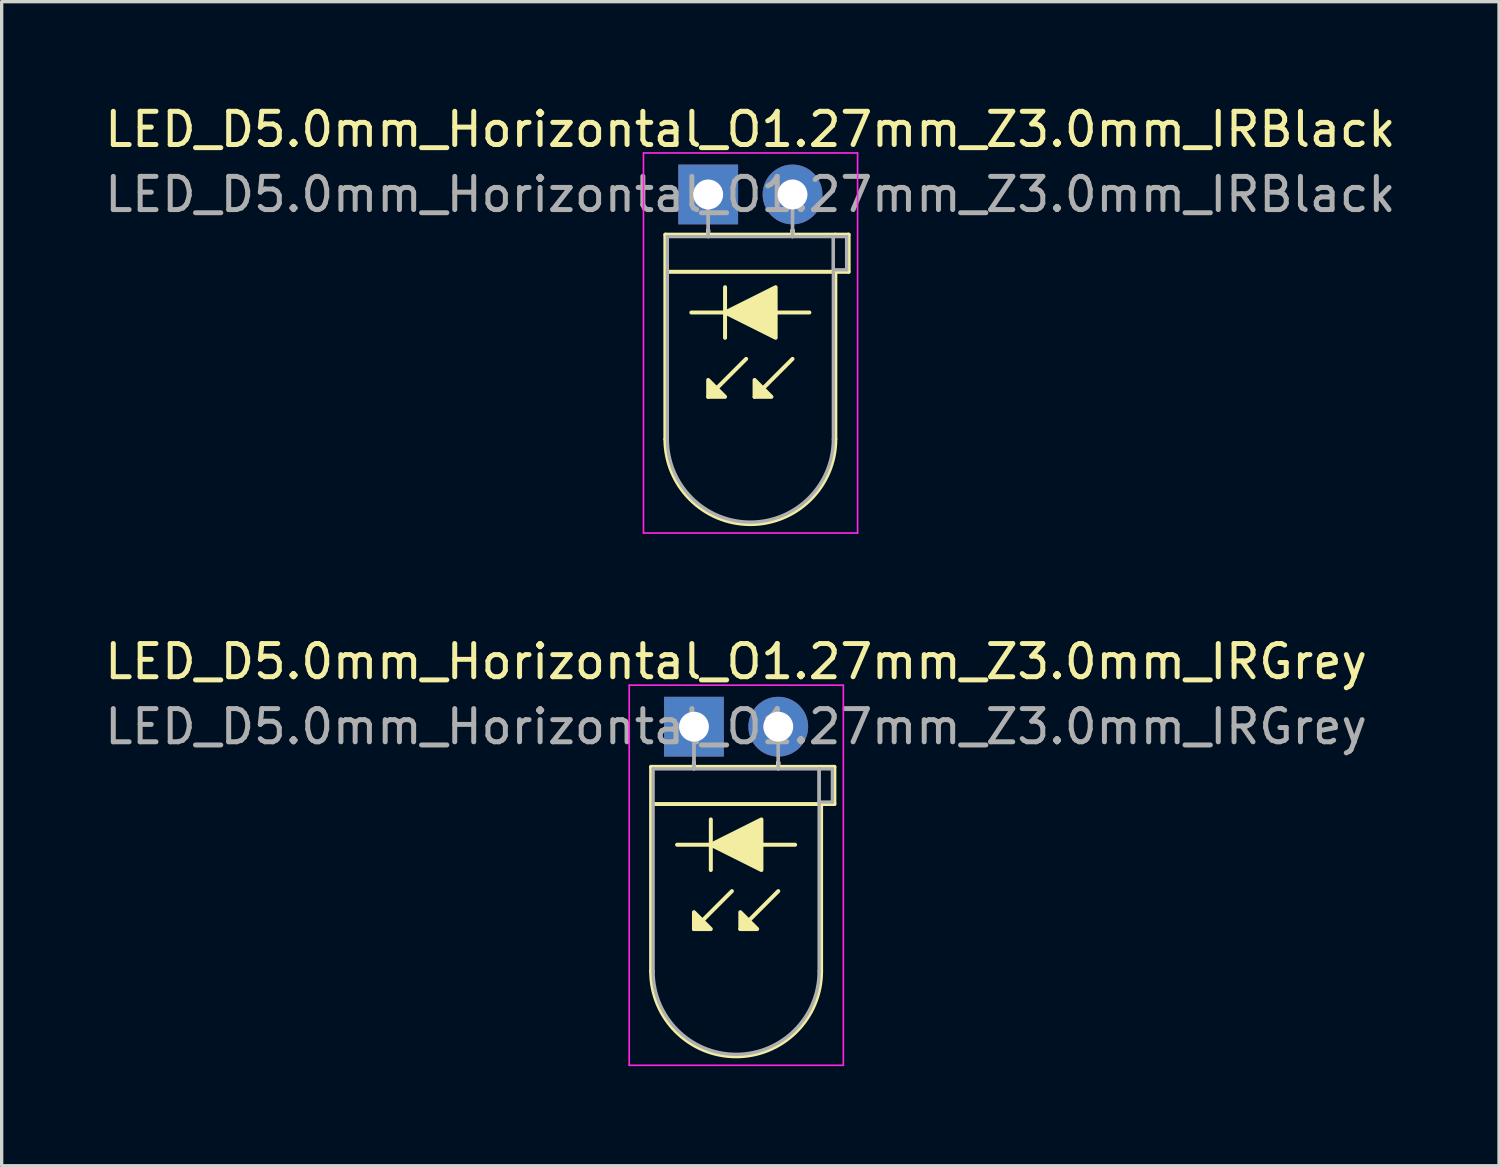
<source format=kicad_pcb>
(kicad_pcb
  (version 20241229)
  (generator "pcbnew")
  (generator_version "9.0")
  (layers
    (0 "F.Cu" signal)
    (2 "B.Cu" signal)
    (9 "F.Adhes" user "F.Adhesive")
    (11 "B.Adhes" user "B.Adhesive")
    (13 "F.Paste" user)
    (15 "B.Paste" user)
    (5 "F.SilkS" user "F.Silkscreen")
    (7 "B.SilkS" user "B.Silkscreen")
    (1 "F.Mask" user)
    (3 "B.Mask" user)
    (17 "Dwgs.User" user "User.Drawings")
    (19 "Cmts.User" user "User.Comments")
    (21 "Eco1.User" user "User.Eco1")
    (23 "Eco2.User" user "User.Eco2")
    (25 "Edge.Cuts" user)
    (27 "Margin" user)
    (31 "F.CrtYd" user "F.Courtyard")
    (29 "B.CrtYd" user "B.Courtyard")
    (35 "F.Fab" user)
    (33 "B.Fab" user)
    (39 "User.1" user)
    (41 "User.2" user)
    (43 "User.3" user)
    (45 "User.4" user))
  (footprint "LED_D5.0mm_Horizontal_O1.27mm_Z3.0mm_IRGrey"
    (layer "F.Cu")
    (at 17.855 18.841)
    (property "Reference" "LED_D5.0mm_Horizontal_O1.27mm_Z3.0mm_IRGrey" (at 1.27 -1.96 0) (layer "F.SilkS") (effects (font (size 1 1) (thickness 0.15))))
    (fp_line (start -1.29 1.21) (end -1.29 7.37) (stroke (width 0.12) (type solid)) (layer "F.SilkS"))
    (fp_line (start -1.29 1.21) (end 3.83 1.21) (stroke (width 0.12) (type solid)) (layer "F.SilkS"))
    (fp_line (start 0 1.08) (end 0 1.08) (stroke (width 0.12) (type solid)) (layer "F.SilkS"))
    (fp_line (start 0 1.08) (end 0 1.21) (stroke (width 0.12) (type solid)) (layer "F.SilkS"))
    (fp_line (start 0 1.21) (end 0 1.08) (stroke (width 0.12) (type solid)) (layer "F.SilkS"))
    (fp_line (start 0 1.21) (end 0 1.21) (stroke (width 0.12) (type solid)) (layer "F.SilkS"))
    (fp_line (start 0.508 2.794) (end 0.508 4.318) (stroke (width 0.12) (type solid)) (layer "F.SilkS"))
    (fp_line (start 0.508 3.556) (end -0.508 3.556) (stroke (width 0.12) (type solid)) (layer "F.SilkS"))
    (fp_line (start 1.143 4.953) (end 0 6.096) (stroke (width 0.12) (type solid)) (layer "F.SilkS"))
    (fp_line (start 2.54 1.08) (end 2.54 1.08) (stroke (width 0.12) (type solid)) (layer "F.SilkS"))
    (fp_line (start 2.54 1.08) (end 2.54 1.21) (stroke (width 0.12) (type solid)) (layer "F.SilkS"))
    (fp_line (start 2.54 1.21) (end 2.54 1.08) (stroke (width 0.12) (type solid)) (layer "F.SilkS"))
    (fp_line (start 2.54 1.21) (end 2.54 1.21) (stroke (width 0.12) (type solid)) (layer "F.SilkS"))
    (fp_line (start 2.54 4.953) (end 1.397 6.096) (stroke (width 0.12) (type solid)) (layer "F.SilkS"))
    (fp_line (start 3.048 3.556) (end 2.032 3.556) (stroke (width 0.12) (type solid)) (layer "F.SilkS"))
    (fp_line (start 3.83 1.21) (end 4.23 1.21) (stroke (width 0.12) (type solid)) (layer "F.SilkS"))
    (fp_line (start 3.83 2.33) (end 3.83 7.37) (stroke (width 0.12) (type solid)) (layer "F.SilkS"))
    (fp_line (start 4.23 1.21) (end 4.23 2.33) (stroke (width 0.12) (type solid)) (layer "F.SilkS"))
    (fp_line (start 4.23 2.33) (end -1.27 2.33) (stroke (width 0.12) (type solid)) (layer "F.SilkS"))
    (fp_arc (start 3.83 7.37) (mid 1.27 9.93) (end -1.29 7.37) (stroke (width 0.12) (type solid)) (layer "F.SilkS"))
    (fp_poly (pts (xy 0 5.588) (xy 0.508 6.096) (xy 0 6.096)) (stroke (width 0.12) (type solid)) (fill yes) (layer "F.SilkS"))
    (fp_poly (pts (xy 1.397 5.588) (xy 1.905 6.096) (xy 1.397 6.096)) (stroke (width 0.12) (type solid)) (fill yes) (layer "F.SilkS"))
    (fp_poly (pts (xy 2.032 4.318) (xy 0.508 3.556) (xy 2.032 2.794)) (stroke (width 0.12) (type solid)) (fill yes) (layer "F.SilkS"))
    (fp_line (start -1.95 -1.25) (end -1.95 10.2) (stroke (width 0.05) (type solid)) (layer "F.CrtYd"))
    (fp_line (start -1.95 10.2) (end 4.5 10.2) (stroke (width 0.05) (type solid)) (layer "F.CrtYd"))
    (fp_line (start 4.5 -1.25) (end -1.95 -1.25) (stroke (width 0.05) (type solid)) (layer "F.CrtYd"))
    (fp_line (start 4.5 10.2) (end 4.5 -1.25) (stroke (width 0.05) (type solid)) (layer "F.CrtYd"))
    (fp_line (start -1.23 1.27) (end -1.23 7.37) (stroke (width 0.1) (type solid)) (layer "F.Fab"))
    (fp_line (start -1.23 1.27) (end 3.77 1.27) (stroke (width 0.1) (type solid)) (layer "F.Fab"))
    (fp_line (start 0 0) (end 0 0) (stroke (width 0.1) (type solid)) (layer "F.Fab"))
    (fp_line (start 0 0) (end 0 1.27) (stroke (width 0.1) (type solid)) (layer "F.Fab"))
    (fp_line (start 0 1.27) (end 0 0) (stroke (width 0.1) (type solid)) (layer "F.Fab"))
    (fp_line (start 0 1.27) (end 0 1.27) (stroke (width 0.1) (type solid)) (layer "F.Fab"))
    (fp_line (start 2.54 0) (end 2.54 0) (stroke (width 0.1) (type solid)) (layer "F.Fab"))
    (fp_line (start 2.54 0) (end 2.54 1.27) (stroke (width 0.1) (type solid)) (layer "F.Fab"))
    (fp_line (start 2.54 1.27) (end 2.54 0) (stroke (width 0.1) (type solid)) (layer "F.Fab"))
    (fp_line (start 2.54 1.27) (end 2.54 1.27) (stroke (width 0.1) (type solid)) (layer "F.Fab"))
    (fp_line (start 3.77 1.27) (end 3.77 7.37) (stroke (width 0.1) (type solid)) (layer "F.Fab"))
    (fp_line (start 3.77 1.27) (end 4.17 1.27) (stroke (width 0.1) (type solid)) (layer "F.Fab"))
    (fp_line (start 3.77 2.27) (end 3.77 1.27) (stroke (width 0.1) (type solid)) (layer "F.Fab"))
    (fp_line (start 4.17 1.27) (end 4.17 2.27) (stroke (width 0.1) (type solid)) (layer "F.Fab"))
    (fp_line (start 4.17 2.27) (end 3.77 2.27) (stroke (width 0.1) (type solid)) (layer "F.Fab"))
    (fp_arc (start 3.77 7.37) (mid 1.27 9.87) (end -1.23 7.37) (stroke (width 0.1) (type solid)) (layer "F.Fab"))
    (fp_text user "${REFERENCE}" (at 1.27 0 0) (layer "F.Fab") (effects (font (size 1 1) (thickness 0.15))))
    (pad "1" thru_hole rect (at 0 0) (size 1.8 1.8) (drill 0.9) (layers "*.Cu" "*.Mask"))
    (pad "2" thru_hole circle (at 2.54 0) (size 1.8 1.8) (drill 0.9) (layers "*.Cu" "*.Mask")))
  (footprint "LED_D5.0mm_Horizontal_O1.27mm_Z3.0mm_IRBlack"
    (layer "F.Cu")
    (at 18.284 2.808)
    (property "Reference" "LED_D5.0mm_Horizontal_O1.27mm_Z3.0mm_IRBlack" (at 1.27 -1.96 0) (layer "F.SilkS") (effects (font (size 1 1) (thickness 0.15))))
    (fp_line (start -1.29 1.21) (end -1.29 7.37) (stroke (width 0.12) (type solid)) (layer "F.SilkS"))
    (fp_line (start -1.29 1.21) (end 3.83 1.21) (stroke (width 0.12) (type solid)) (layer "F.SilkS"))
    (fp_line (start 0 1.08) (end 0 1.08) (stroke (width 0.12) (type solid)) (layer "F.SilkS"))
    (fp_line (start 0 1.08) (end 0 1.21) (stroke (width 0.12) (type solid)) (layer "F.SilkS"))
    (fp_line (start 0 1.21) (end 0 1.08) (stroke (width 0.12) (type solid)) (layer "F.SilkS"))
    (fp_line (start 0 1.21) (end 0 1.21) (stroke (width 0.12) (type solid)) (layer "F.SilkS"))
    (fp_line (start 0.508 2.794) (end 0.508 4.318) (stroke (width 0.12) (type solid)) (layer "F.SilkS"))
    (fp_line (start 0.508 3.556) (end -0.508 3.556) (stroke (width 0.12) (type solid)) (layer "F.SilkS"))
    (fp_line (start 1.143 4.953) (end 0 6.096) (stroke (width 0.12) (type solid)) (layer "F.SilkS"))
    (fp_line (start 2.54 1.08) (end 2.54 1.08) (stroke (width 0.12) (type solid)) (layer "F.SilkS"))
    (fp_line (start 2.54 1.08) (end 2.54 1.21) (stroke (width 0.12) (type solid)) (layer "F.SilkS"))
    (fp_line (start 2.54 1.21) (end 2.54 1.08) (stroke (width 0.12) (type solid)) (layer "F.SilkS"))
    (fp_line (start 2.54 1.21) (end 2.54 1.21) (stroke (width 0.12) (type solid)) (layer "F.SilkS"))
    (fp_line (start 2.54 4.953) (end 1.397 6.096) (stroke (width 0.12) (type solid)) (layer "F.SilkS"))
    (fp_line (start 3.048 3.556) (end 2.032 3.556) (stroke (width 0.12) (type solid)) (layer "F.SilkS"))
    (fp_line (start 3.83 1.21) (end 4.23 1.21) (stroke (width 0.12) (type solid)) (layer "F.SilkS"))
    (fp_line (start 3.83 2.33) (end 3.83 7.37) (stroke (width 0.12) (type solid)) (layer "F.SilkS"))
    (fp_line (start 4.23 1.21) (end 4.23 2.33) (stroke (width 0.12) (type solid)) (layer "F.SilkS"))
    (fp_line (start 4.23 2.33) (end -1.27 2.33) (stroke (width 0.12) (type solid)) (layer "F.SilkS"))
    (fp_arc (start 3.83 7.37) (mid 1.27 9.93) (end -1.29 7.37) (stroke (width 0.12) (type solid)) (layer "F.SilkS"))
    (fp_poly (pts (xy 0 5.588) (xy 0.508 6.096) (xy 0 6.096)) (stroke (width 0.12) (type solid)) (fill yes) (layer "F.SilkS"))
    (fp_poly (pts (xy 1.397 5.588) (xy 1.905 6.096) (xy 1.397 6.096)) (stroke (width 0.12) (type solid)) (fill yes) (layer "F.SilkS"))
    (fp_poly (pts (xy 2.032 4.318) (xy 0.508 3.556) (xy 2.032 2.794)) (stroke (width 0.12) (type solid)) (fill yes) (layer "F.SilkS"))
    (fp_line (start -1.95 -1.25) (end -1.95 10.2) (stroke (width 0.05) (type solid)) (layer "F.CrtYd"))
    (fp_line (start -1.95 10.2) (end 4.5 10.2) (stroke (width 0.05) (type solid)) (layer "F.CrtYd"))
    (fp_line (start 4.5 -1.25) (end -1.95 -1.25) (stroke (width 0.05) (type solid)) (layer "F.CrtYd"))
    (fp_line (start 4.5 10.2) (end 4.5 -1.25) (stroke (width 0.05) (type solid)) (layer "F.CrtYd"))
    (fp_line (start -1.23 1.27) (end -1.23 7.37) (stroke (width 0.1) (type solid)) (layer "F.Fab"))
    (fp_line (start -1.23 1.27) (end 3.77 1.27) (stroke (width 0.1) (type solid)) (layer "F.Fab"))
    (fp_line (start 0 0) (end 0 0) (stroke (width 0.1) (type solid)) (layer "F.Fab"))
    (fp_line (start 0 0) (end 0 1.27) (stroke (width 0.1) (type solid)) (layer "F.Fab"))
    (fp_line (start 0 1.27) (end 0 0) (stroke (width 0.1) (type solid)) (layer "F.Fab"))
    (fp_line (start 0 1.27) (end 0 1.27) (stroke (width 0.1) (type solid)) (layer "F.Fab"))
    (fp_line (start 2.54 0) (end 2.54 0) (stroke (width 0.1) (type solid)) (layer "F.Fab"))
    (fp_line (start 2.54 0) (end 2.54 1.27) (stroke (width 0.1) (type solid)) (layer "F.Fab"))
    (fp_line (start 2.54 1.27) (end 2.54 0) (stroke (width 0.1) (type solid)) (layer "F.Fab"))
    (fp_line (start 2.54 1.27) (end 2.54 1.27) (stroke (width 0.1) (type solid)) (layer "F.Fab"))
    (fp_line (start 3.77 1.27) (end 3.77 7.37) (stroke (width 0.1) (type solid)) (layer "F.Fab"))
    (fp_line (start 3.77 1.27) (end 4.17 1.27) (stroke (width 0.1) (type solid)) (layer "F.Fab"))
    (fp_line (start 3.77 2.27) (end 3.77 1.27) (stroke (width 0.1) (type solid)) (layer "F.Fab"))
    (fp_line (start 4.17 1.27) (end 4.17 2.27) (stroke (width 0.1) (type solid)) (layer "F.Fab"))
    (fp_line (start 4.17 2.27) (end 3.77 2.27) (stroke (width 0.1) (type solid)) (layer "F.Fab"))
    (fp_arc (start 3.77 7.37) (mid 1.27 9.87) (end -1.23 7.37) (stroke (width 0.1) (type solid)) (layer "F.Fab"))
    (fp_text user "${REFERENCE}" (at 1.27 0 0) (layer "F.Fab") (effects (font (size 1 1) (thickness 0.15))))
    (pad "1" thru_hole rect (at 0 0) (size 1.8 1.8) (drill 0.9) (layers "*.Cu" "*.Mask"))
    (pad "2" thru_hole circle (at 2.54 0) (size 1.8 1.8) (drill 0.9) (layers "*.Cu" "*.Mask")))
  (gr_rect
    (start -3 -3)
    (end 42.107 32.066)
    (stroke (width 0.1) (type default))
    (fill no)
    (layer "Edge.Cuts")))
</source>
